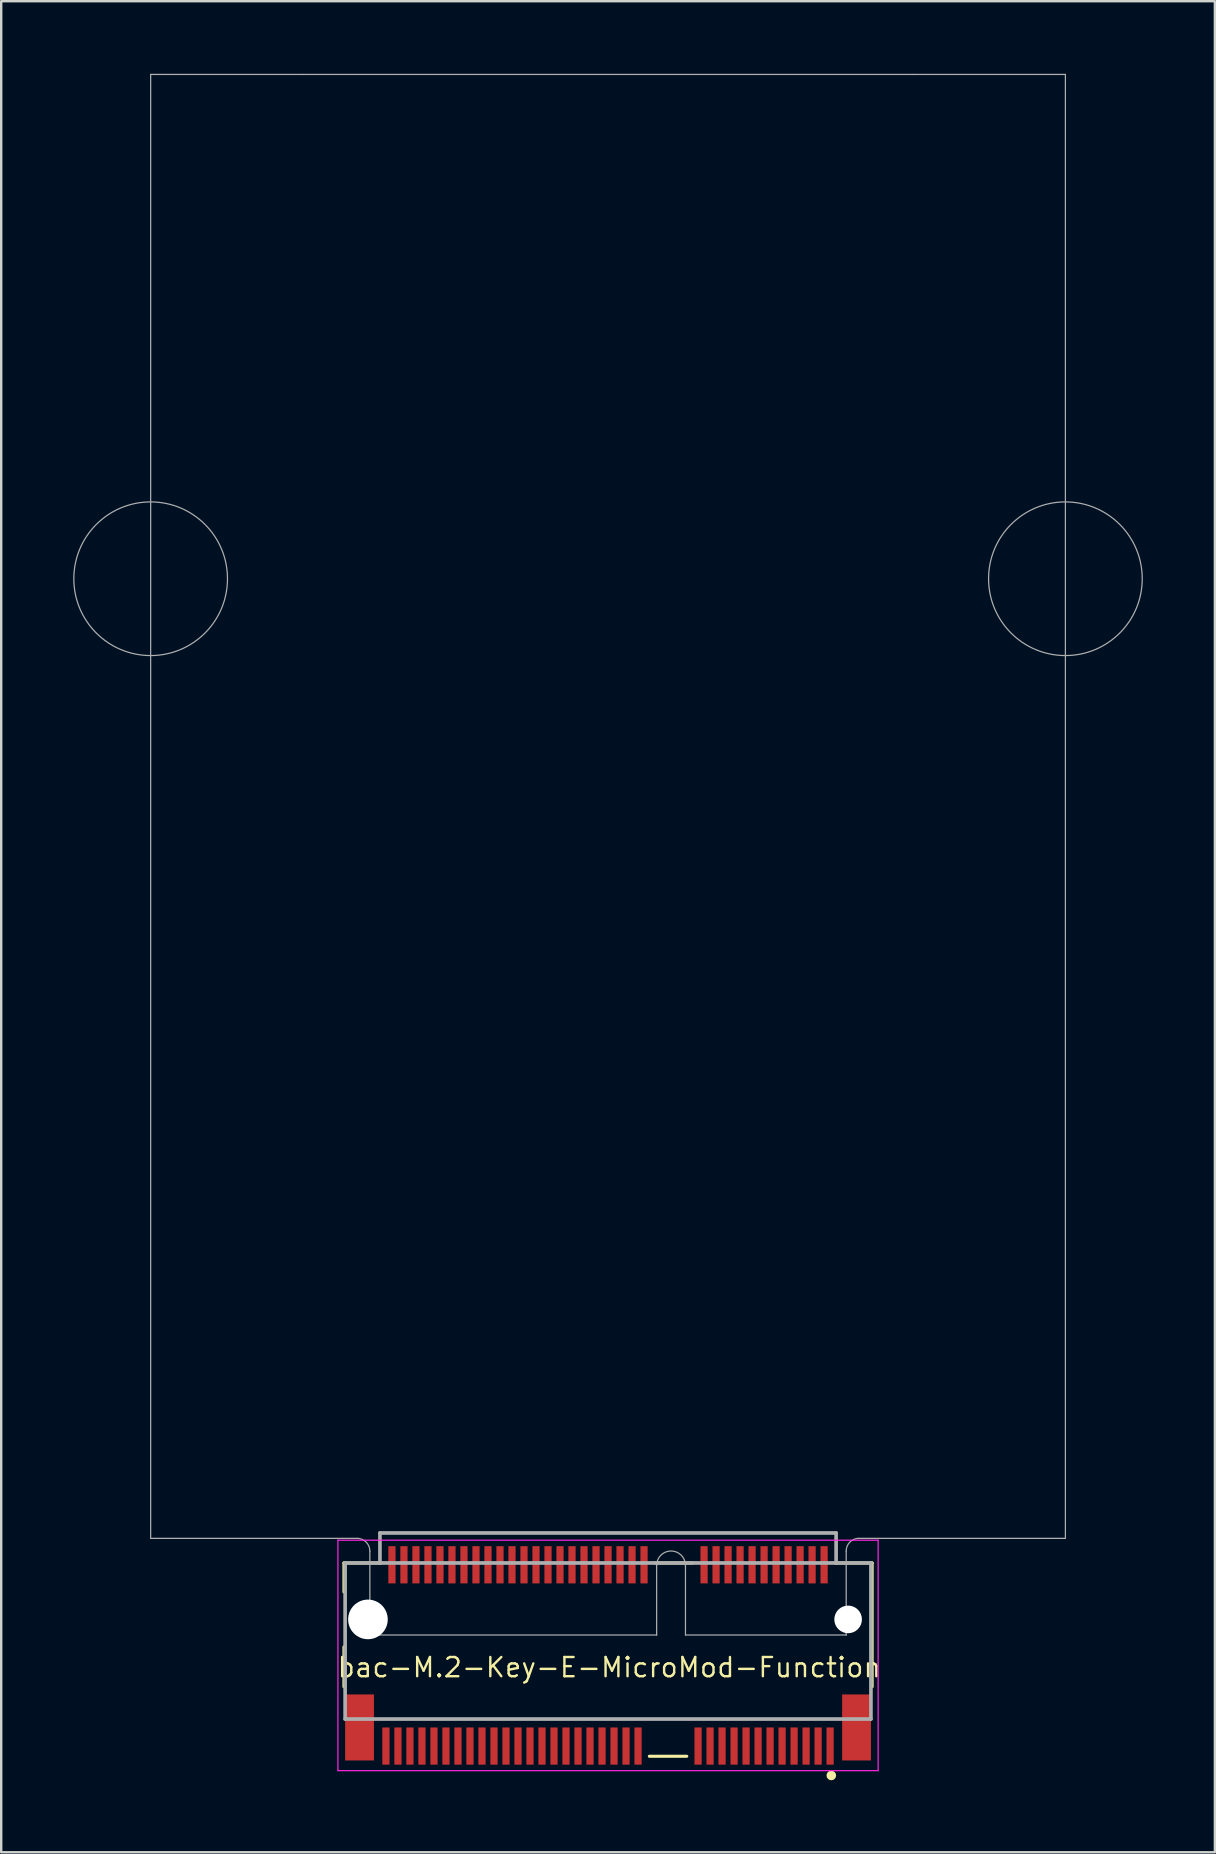
<source format=kicad_pcb>
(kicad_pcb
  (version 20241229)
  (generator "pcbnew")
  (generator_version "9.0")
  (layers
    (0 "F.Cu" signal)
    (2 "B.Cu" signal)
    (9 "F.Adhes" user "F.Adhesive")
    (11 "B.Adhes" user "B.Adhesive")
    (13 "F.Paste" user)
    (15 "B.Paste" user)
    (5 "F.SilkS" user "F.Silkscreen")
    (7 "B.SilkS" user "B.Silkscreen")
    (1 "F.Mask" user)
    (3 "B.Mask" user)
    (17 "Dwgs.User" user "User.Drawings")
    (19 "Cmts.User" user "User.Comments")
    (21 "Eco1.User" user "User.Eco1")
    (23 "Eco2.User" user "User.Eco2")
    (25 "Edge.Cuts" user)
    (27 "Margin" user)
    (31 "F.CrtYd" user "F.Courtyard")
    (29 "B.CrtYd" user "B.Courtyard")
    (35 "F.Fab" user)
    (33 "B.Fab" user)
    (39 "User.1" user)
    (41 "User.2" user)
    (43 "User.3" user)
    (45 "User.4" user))
  (footprint "bac-M.2-Key-E-MicroMod-Function"
    (layer "F.Cu")
    (at 22.275 63.3)
    (property "Reference" "bac-M.2-Key-E-MicroMod-Function" (at 0.05 3.1 0) (unlocked yes) (layer "F.SilkS") (effects (font (size 0.8 0.8) (thickness 0.1))))
    (fp_line (start -11 -1.25) (end -11 -0.045) (stroke (width 0.127) (type solid)) (layer "F.SilkS"))
    (fp_line (start -11 -1.25) (end -9.47 -1.25) (stroke (width 0.127) (type solid)) (layer "F.SilkS"))
    (fp_line (start -11 3.905) (end -11 2.245) (stroke (width 0.127) (type solid)) (layer "F.SilkS"))
    (fp_line (start 3.28 6.8) (end 1.72 6.8) (stroke (width 0.127) (type solid)) (layer "F.SilkS"))
    (fp_line (start 3.53 -1.25) (end 1.97 -1.25) (stroke (width 0.127) (type solid)) (layer "F.SilkS"))
    (fp_line (start 9.47 -1.25) (end 11 -1.25) (stroke (width 0.127) (type solid)) (layer "F.SilkS"))
    (fp_line (start 11 -1.25) (end 11 3.905) (stroke (width 0.127) (type solid)) (layer "F.SilkS"))
    (fp_circle (center 9.3 7.6) (end 9.2 7.6) (stroke (width 0.2) (type solid)) (fill no) (layer "F.SilkS"))
    (fp_line (start -11.25 -2.2) (end -11.25 7.4) (stroke (width 0.05) (type solid)) (layer "F.CrtYd"))
    (fp_line (start -11.25 7.4) (end 11.25 7.4) (stroke (width 0.05) (type solid)) (layer "F.CrtYd"))
    (fp_line (start 11.25 -2.2) (end -11.25 -2.2) (stroke (width 0.05) (type solid)) (layer "F.CrtYd"))
    (fp_line (start 11.25 7.4) (end 11.25 -2.2) (stroke (width 0.05) (type solid)) (layer "F.CrtYd"))
    (fp_line (start -19.05 -63.25) (end -12.7 -63.25) (stroke (width 0.051) (type solid)) (layer "F.Fab"))
    (fp_line (start -19.05 -2.275) (end -19.05 -63.25) (stroke (width 0.051) (type solid)) (layer "F.Fab"))
    (fp_line (start -12.7 -63.25) (end 12.7 -63.25) (stroke (width 0.051) (type solid)) (layer "F.Fab"))
    (fp_line (start -10.95 -1.25) (end -10.95 5.25) (stroke (width 0.152) (type solid)) (layer "F.Fab"))
    (fp_line (start -10.95 5.25) (end 10.95 5.25) (stroke (width 0.152) (type solid)) (layer "F.Fab"))
    (fp_line (start -10.4 -2.275) (end -19.05 -2.275) (stroke (width 0.051) (type solid)) (layer "F.Fab"))
    (fp_line (start -9.92 1.75) (end -9.92 -1.75) (stroke (width 0.051) (type solid)) (layer "F.Fab"))
    (fp_line (start -9.5 -2.5) (end -9.5 -1.25) (stroke (width 0.152) (type solid)) (layer "F.Fab"))
    (fp_line (start -9.5 -1.25) (end -10.95 -1.25) (stroke (width 0.152) (type solid)) (layer "F.Fab"))
    (fp_line (start 2.025 -1.15) (end 2.025 1.75) (stroke (width 0.051) (type solid)) (layer "F.Fab"))
    (fp_line (start 2.03 1.75) (end -9.92 1.75) (stroke (width 0.051) (type solid)) (layer "F.Fab"))
    (fp_line (start 3.225 -1.15) (end 3.225 1.75) (stroke (width 0.051) (type solid)) (layer "F.Fab"))
    (fp_line (start 9.5 -2.5) (end -9.5 -2.5) (stroke (width 0.152) (type solid)) (layer "F.Fab"))
    (fp_line (start 9.5 -2.5) (end 9.5 -1.25) (stroke (width 0.152) (type solid)) (layer "F.Fab"))
    (fp_line (start 9.5 -1.25) (end -9.5 -1.25) (stroke (width 0.152) (type solid)) (layer "F.Fab"))
    (fp_line (start 9.92 -1.75) (end 9.92 1.75) (stroke (width 0.051) (type solid)) (layer "F.Fab"))
    (fp_line (start 9.93 1.75) (end 3.23 1.75) (stroke (width 0.051) (type solid)) (layer "F.Fab"))
    (fp_line (start 10.4 -2.275) (end 19.05 -2.275) (stroke (width 0.051) (type solid)) (layer "F.Fab"))
    (fp_line (start 10.95 -1.25) (end 9.5 -1.25) (stroke (width 0.152) (type solid)) (layer "F.Fab"))
    (fp_line (start 10.95 5.25) (end 10.95 -1.25) (stroke (width 0.152) (type solid)) (layer "F.Fab"))
    (fp_line (start 12.7 -63.25) (end 19.05 -63.25) (stroke (width 0.051) (type solid)) (layer "F.Fab"))
    (fp_line (start 19.05 -2.275) (end 19.05 -63.25) (stroke (width 0.051) (type solid)) (layer "F.Fab"))
    (fp_arc (start -10.4 -2.275) (mid -10.059471 -2.104412) (end -9.919998 -1.75) (stroke (width 0.0508) (type solid)) (layer "F.Fab"))
    (fp_arc (start 2.025 -1.15) (mid 2.625 -1.75) (end 3.225 -1.15) (stroke (width 0.0508) (type solid)) (layer "F.Fab"))
    (fp_arc (start 9.919999 -1.750001) (mid 10.057986 -2.10577) (end 10.4 -2.275) (stroke (width 0.0508) (type solid)) (layer "F.Fab"))
    (fp_circle (center -19.05 -42.245) (end -15.85 -42.245) (stroke (width 0.051) (type solid)) (fill no) (layer "F.Fab"))
    (fp_circle (center 19.05 -42.245) (end 22.25 -42.245) (stroke (width 0.051) (type solid)) (fill no) (layer "F.Fab"))
    (pad "" np_thru_hole circle (at -10 1.1 180) (size 1.65 1.65) (drill 1.65) (layers "*.Cu" "*.Mask"))
    (pad "" np_thru_hole circle (at 10 1.1 180) (size 1.15 1.15) (drill 1.15) (layers "*.Cu" "*.Mask"))
    (pad "1" smd rect (at 9.25 6.375 180) (size 0.3 1.55) (layers "F.Cu" "F.Mask" "F.Paste"))
    (pad "2" smd rect (at 9 -1.175 180) (size 0.3 1.55) (layers "F.Cu" "F.Mask" "F.Paste"))
    (pad "3" smd rect (at 8.75 6.375 180) (size 0.3 1.55) (layers "F.Cu" "F.Mask" "F.Paste"))
    (pad "4" smd rect (at 8.5 -1.175 180) (size 0.3 1.55) (layers "F.Cu" "F.Mask" "F.Paste"))
    (pad "5" smd rect (at 8.25 6.375 180) (size 0.3 1.55) (layers "F.Cu" "F.Mask" "F.Paste"))
    (pad "6" smd rect (at 8 -1.175 180) (size 0.3 1.55) (layers "F.Cu" "F.Mask" "F.Paste"))
    (pad "7" smd rect (at 7.75 6.375 180) (size 0.3 1.55) (layers "F.Cu" "F.Mask" "F.Paste"))
    (pad "8" smd rect (at 7.5 -1.175 180) (size 0.3 1.55) (layers "F.Cu" "F.Mask" "F.Paste"))
    (pad "9" smd rect (at 7.25 6.375 180) (size 0.3 1.55) (layers "F.Cu" "F.Mask" "F.Paste"))
    (pad "10" smd rect (at 7 -1.175 180) (size 0.3 1.55) (layers "F.Cu" "F.Mask" "F.Paste"))
    (pad "11" smd rect (at 6.75 6.375 180) (size 0.3 1.55) (layers "F.Cu" "F.Mask" "F.Paste"))
    (pad "12" smd rect (at 6.5 -1.175 180) (size 0.3 1.55) (layers "F.Cu" "F.Mask" "F.Paste"))
    (pad "13" smd rect (at 6.25 6.375 180) (size 0.3 1.55) (layers "F.Cu" "F.Mask" "F.Paste"))
    (pad "14" smd rect (at 6 -1.175 180) (size 0.3 1.55) (layers "F.Cu" "F.Mask" "F.Paste"))
    (pad "15" smd rect (at 5.75 6.375 180) (size 0.3 1.55) (layers "F.Cu" "F.Mask" "F.Paste"))
    (pad "16" smd rect (at 5.5 -1.175 180) (size 0.3 1.55) (layers "F.Cu" "F.Mask" "F.Paste"))
    (pad "17" smd rect (at 5.25 6.375 180) (size 0.3 1.55) (layers "F.Cu" "F.Mask" "F.Paste"))
    (pad "18" smd rect (at 5 -1.175 180) (size 0.3 1.55) (layers "F.Cu" "F.Mask" "F.Paste"))
    (pad "19" smd rect (at 4.75 6.375 180) (size 0.3 1.55) (layers "F.Cu" "F.Mask" "F.Paste"))
    (pad "20" smd rect (at 4.5 -1.175 180) (size 0.3 1.55) (layers "F.Cu" "F.Mask" "F.Paste"))
    (pad "21" smd rect (at 4.25 6.375 180) (size 0.3 1.55) (layers "F.Cu" "F.Mask" "F.Paste"))
    (pad "22" smd rect (at 4 -1.175 180) (size 0.3 1.55) (layers "F.Cu" "F.Mask" "F.Paste"))
    (pad "23" smd rect (at 3.75 6.375 180) (size 0.3 1.55) (layers "F.Cu" "F.Mask" "F.Paste"))
    (pad "32" smd rect (at 1.5 -1.175 180) (size 0.3 1.55) (layers "F.Cu" "F.Mask" "F.Paste"))
    (pad "33" smd rect (at 1.25 6.375 180) (size 0.3 1.55) (layers "F.Cu" "F.Mask" "F.Paste"))
    (pad "34" smd rect (at 1 -1.175 180) (size 0.3 1.55) (layers "F.Cu" "F.Mask" "F.Paste"))
    (pad "35" smd rect (at 0.75 6.375 180) (size 0.3 1.55) (layers "F.Cu" "F.Mask" "F.Paste"))
    (pad "36" smd rect (at 0.5 -1.175 180) (size 0.3 1.55) (layers "F.Cu" "F.Mask" "F.Paste"))
    (pad "37" smd rect (at 0.25 6.375 180) (size 0.3 1.55) (layers "F.Cu" "F.Mask" "F.Paste"))
    (pad "38" smd rect (at 0 -1.175 180) (size 0.3 1.55) (layers "F.Cu" "F.Mask" "F.Paste"))
    (pad "39" smd rect (at -0.25 6.375 180) (size 0.3 1.55) (layers "F.Cu" "F.Mask" "F.Paste"))
    (pad "40" smd rect (at -0.5 -1.175 180) (size 0.3 1.55) (layers "F.Cu" "F.Mask" "F.Paste"))
    (pad "41" smd rect (at -0.75 6.375 180) (size 0.3 1.55) (layers "F.Cu" "F.Mask" "F.Paste"))
    (pad "42" smd rect (at -1 -1.175 180) (size 0.3 1.55) (layers "F.Cu" "F.Mask" "F.Paste"))
    (pad "43" smd rect (at -1.25 6.375 180) (size 0.3 1.55) (layers "F.Cu" "F.Mask" "F.Paste"))
    (pad "44" smd rect (at -1.5 -1.175 180) (size 0.3 1.55) (layers "F.Cu" "F.Mask" "F.Paste"))
    (pad "45" smd rect (at -1.75 6.375 180) (size 0.3 1.55) (layers "F.Cu" "F.Mask" "F.Paste"))
    (pad "46" smd rect (at -2 -1.175 180) (size 0.3 1.55) (layers "F.Cu" "F.Mask" "F.Paste"))
    (pad "47" smd rect (at -2.25 6.375 180) (size 0.3 1.55) (layers "F.Cu" "F.Mask" "F.Paste"))
    (pad "48" smd rect (at -2.5 -1.175 180) (size 0.3 1.55) (layers "F.Cu" "F.Mask" "F.Paste"))
    (pad "49" smd rect (at -2.75 6.375 180) (size 0.3 1.55) (layers "F.Cu" "F.Mask" "F.Paste"))
    (pad "50" smd rect (at -3 -1.175 180) (size 0.3 1.55) (layers "F.Cu" "F.Mask" "F.Paste"))
    (pad "51" smd rect (at -3.25 6.375 180) (size 0.3 1.55) (layers "F.Cu" "F.Mask" "F.Paste"))
    (pad "52" smd rect (at -3.5 -1.175 180) (size 0.3 1.55) (layers "F.Cu" "F.Mask" "F.Paste"))
    (pad "53" smd rect (at -3.75 6.375 180) (size 0.3 1.55) (layers "F.Cu" "F.Mask" "F.Paste"))
    (pad "54" smd rect (at -4 -1.175 180) (size 0.3 1.55) (layers "F.Cu" "F.Mask" "F.Paste"))
    (pad "55" smd rect (at -4.25 6.375 180) (size 0.3 1.55) (layers "F.Cu" "F.Mask" "F.Paste"))
    (pad "56" smd rect (at -4.5 -1.175 180) (size 0.3 1.55) (layers "F.Cu" "F.Mask" "F.Paste"))
    (pad "57" smd rect (at -4.75 6.375 180) (size 0.3 1.55) (layers "F.Cu" "F.Mask" "F.Paste"))
    (pad "58" smd rect (at -5 -1.175 180) (size 0.3 1.55) (layers "F.Cu" "F.Mask" "F.Paste"))
    (pad "59" smd rect (at -5.25 6.375 180) (size 0.3 1.55) (layers "F.Cu" "F.Mask" "F.Paste"))
    (pad "60" smd rect (at -5.5 -1.175 180) (size 0.3 1.55) (layers "F.Cu" "F.Mask" "F.Paste"))
    (pad "61" smd rect (at -5.75 6.375 180) (size 0.3 1.55) (layers "F.Cu" "F.Mask" "F.Paste"))
    (pad "62" smd rect (at -6 -1.175 180) (size 0.3 1.55) (layers "F.Cu" "F.Mask" "F.Paste"))
    (pad "63" smd rect (at -6.25 6.375 180) (size 0.3 1.55) (layers "F.Cu" "F.Mask" "F.Paste"))
    (pad "64" smd rect (at -6.5 -1.175 180) (size 0.3 1.55) (layers "F.Cu" "F.Mask" "F.Paste"))
    (pad "65" smd rect (at -6.75 6.375 180) (size 0.3 1.55) (layers "F.Cu" "F.Mask" "F.Paste"))
    (pad "66" smd rect (at -7 -1.175 180) (size 0.3 1.55) (layers "F.Cu" "F.Mask" "F.Paste"))
    (pad "67" smd rect (at -7.25 6.375 180) (size 0.3 1.55) (layers "F.Cu" "F.Mask" "F.Paste"))
    (pad "68" smd rect (at -7.5 -1.175 180) (size 0.3 1.55) (layers "F.Cu" "F.Mask" "F.Paste"))
    (pad "69" smd rect (at -7.75 6.375 180) (size 0.3 1.55) (layers "F.Cu" "F.Mask" "F.Paste"))
    (pad "70" smd rect (at -8 -1.175 180) (size 0.3 1.55) (layers "F.Cu" "F.Mask" "F.Paste"))
    (pad "71" smd rect (at -8.25 6.375 180) (size 0.3 1.55) (layers "F.Cu" "F.Mask" "F.Paste"))
    (pad "72" smd rect (at -8.5 -1.175 180) (size 0.3 1.55) (layers "F.Cu" "F.Mask" "F.Paste"))
    (pad "73" smd rect (at -8.75 6.375 180) (size 0.3 1.55) (layers "F.Cu" "F.Mask" "F.Paste"))
    (pad "74" smd rect (at -9 -1.175 180) (size 0.3 1.55) (layers "F.Cu" "F.Mask" "F.Paste"))
    (pad "75" smd rect (at -9.25 6.375 180) (size 0.3 1.55) (layers "F.Cu" "F.Mask" "F.Paste"))
    (pad "S1" smd rect (at 10.35 5.6 180) (size 1.2 2.75) (layers "F.Cu" "F.Mask" "F.Paste"))
    (pad "S2" smd rect (at -10.35 5.6 180) (size 1.2 2.75) (layers "F.Cu" "F.Mask" "F.Paste"))
    (zone (net_name "") (layer "F.Cu") (name "SMA Connector") (hatch edge 0.5) (connect_pads) (min_thickness 0.25) (filled_areas_thickness no) (keepout (tracks allowed) (vias allowed) (pads allowed) (copperpour allowed) (footprints not_allowed)) (placement (enabled no)) (fill) (polygon (pts (xy 33.275 0) (xy 25.275 0) (xy 25.275 8) (xy 33.275 8)))))
  (gr_rect
    (start -3 -3)
    (end 47.551 74.1)
    (stroke (width 0.1) (type default))
    (fill no)
    (layer "Edge.Cuts")))
</source>
